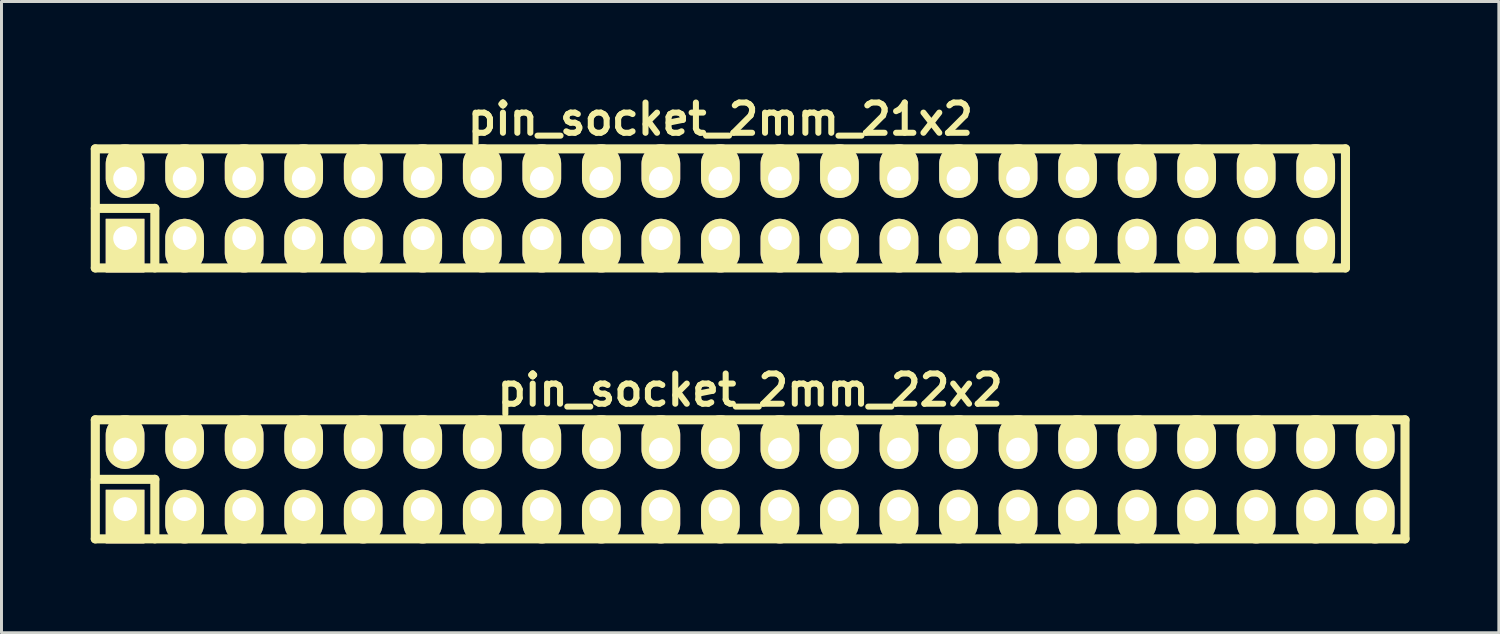
<source format=kicad_pcb>
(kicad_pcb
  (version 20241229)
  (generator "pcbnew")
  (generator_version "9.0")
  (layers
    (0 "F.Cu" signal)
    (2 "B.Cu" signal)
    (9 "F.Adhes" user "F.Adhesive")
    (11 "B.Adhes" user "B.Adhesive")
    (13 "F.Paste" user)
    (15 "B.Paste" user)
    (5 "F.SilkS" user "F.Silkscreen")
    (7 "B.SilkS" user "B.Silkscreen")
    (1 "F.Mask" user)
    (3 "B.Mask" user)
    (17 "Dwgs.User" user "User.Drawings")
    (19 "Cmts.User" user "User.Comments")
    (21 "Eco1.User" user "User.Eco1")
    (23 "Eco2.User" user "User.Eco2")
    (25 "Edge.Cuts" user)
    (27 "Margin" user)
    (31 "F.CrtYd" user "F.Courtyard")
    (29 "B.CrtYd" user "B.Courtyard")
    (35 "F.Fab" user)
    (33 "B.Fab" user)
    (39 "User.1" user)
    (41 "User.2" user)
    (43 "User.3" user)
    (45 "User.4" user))
  (footprint "pin_socket_2mm_22x2"
    (layer "F.Cu")
    (at 22.152 13.054)
    (property "Reference" "pin_socket_2mm_22x2" (at 0 -3 0) (layer "F.SilkS") (effects (font (size 1.016 1.016) (thickness 0.203))))
    (attr through_hole)
    (fp_line (start -22 -2) (end 22 -2) (stroke (width 0.305) (type solid)) (layer "F.SilkS"))
    (fp_line (start -22 0) (end -20 0) (stroke (width 0.305) (type solid)) (layer "F.SilkS"))
    (fp_line (start -22 2) (end -22 -2) (stroke (width 0.305) (type solid)) (layer "F.SilkS"))
    (fp_line (start -20 0) (end -20 2) (stroke (width 0.305) (type solid)) (layer "F.SilkS"))
    (fp_line (start 22 -2) (end 22 2) (stroke (width 0.305) (type solid)) (layer "F.SilkS"))
    (fp_line (start 22 2) (end -22 2) (stroke (width 0.305) (type solid)) (layer "F.SilkS"))
    (pad "1" thru_hole rect (at -21 1) (size 1.3 1.8) (drill 0.8 (offset 0 0.25)) (layers "*.Cu" "*.Mask" "F.SilkS"))
    (pad "2" thru_hole oval (at -21 -1) (size 1.3 1.8) (drill 0.8 (offset 0 -0.25)) (layers "*.Cu" "*.Mask" "F.SilkS"))
    (pad "3" thru_hole oval (at -19 1) (size 1.3 1.8) (drill 0.8 (offset 0 0.25)) (layers "*.Cu" "*.Mask" "F.SilkS"))
    (pad "4" thru_hole oval (at -19 -1) (size 1.3 1.8) (drill 0.8 (offset 0 -0.25)) (layers "*.Cu" "*.Mask" "F.SilkS"))
    (pad "5" thru_hole oval (at -17 1) (size 1.3 1.8) (drill 0.8 (offset 0 0.25)) (layers "*.Cu" "*.Mask" "F.SilkS"))
    (pad "6" thru_hole oval (at -17 -1) (size 1.3 1.8) (drill 0.8 (offset 0 -0.25)) (layers "*.Cu" "*.Mask" "F.SilkS"))
    (pad "7" thru_hole oval (at -15 1) (size 1.3 1.8) (drill 0.8 (offset 0 0.25)) (layers "*.Cu" "*.Mask" "F.SilkS"))
    (pad "8" thru_hole oval (at -15 -1) (size 1.3 1.8) (drill 0.8 (offset 0 -0.25)) (layers "*.Cu" "*.Mask" "F.SilkS"))
    (pad "9" thru_hole oval (at -13 1) (size 1.3 1.8) (drill 0.8 (offset 0 0.25)) (layers "*.Cu" "*.Mask" "F.SilkS"))
    (pad "10" thru_hole oval (at -13 -1) (size 1.3 1.8) (drill 0.8 (offset 0 -0.25)) (layers "*.Cu" "*.Mask" "F.SilkS"))
    (pad "11" thru_hole oval (at -11 1) (size 1.3 1.8) (drill 0.8 (offset 0 0.25)) (layers "*.Cu" "*.Mask" "F.SilkS"))
    (pad "12" thru_hole oval (at -11 -1) (size 1.3 1.8) (drill 0.8 (offset 0 -0.25)) (layers "*.Cu" "*.Mask" "F.SilkS"))
    (pad "13" thru_hole oval (at -9 1) (size 1.3 1.8) (drill 0.8 (offset 0 0.25)) (layers "*.Cu" "*.Mask" "F.SilkS"))
    (pad "14" thru_hole oval (at -9 -1) (size 1.3 1.8) (drill 0.8 (offset 0 -0.25)) (layers "*.Cu" "*.Mask" "F.SilkS"))
    (pad "15" thru_hole oval (at -7 1) (size 1.3 1.8) (drill 0.8 (offset 0 0.25)) (layers "*.Cu" "*.Mask" "F.SilkS"))
    (pad "16" thru_hole oval (at -7 -1) (size 1.3 1.8) (drill 0.8 (offset 0 -0.25)) (layers "*.Cu" "*.Mask" "F.SilkS"))
    (pad "17" thru_hole oval (at -5 1) (size 1.3 1.8) (drill 0.8 (offset 0 0.25)) (layers "*.Cu" "*.Mask" "F.SilkS"))
    (pad "18" thru_hole oval (at -5 -1) (size 1.3 1.8) (drill 0.8 (offset 0 -0.25)) (layers "*.Cu" "*.Mask" "F.SilkS"))
    (pad "19" thru_hole oval (at -3 1) (size 1.3 1.8) (drill 0.8 (offset 0 0.25)) (layers "*.Cu" "*.Mask" "F.SilkS"))
    (pad "20" thru_hole oval (at -3 -1) (size 1.3 1.8) (drill 0.8 (offset 0 -0.25)) (layers "*.Cu" "*.Mask" "F.SilkS"))
    (pad "21" thru_hole oval (at -1 1) (size 1.3 1.8) (drill 0.8 (offset 0 0.25)) (layers "*.Cu" "*.Mask" "F.SilkS"))
    (pad "22" thru_hole oval (at -1 -1) (size 1.3 1.8) (drill 0.8 (offset 0 -0.25)) (layers "*.Cu" "*.Mask" "F.SilkS"))
    (pad "23" thru_hole oval (at 1 1) (size 1.3 1.8) (drill 0.8 (offset 0 0.25)) (layers "*.Cu" "*.Mask" "F.SilkS"))
    (pad "24" thru_hole oval (at 1 -1) (size 1.3 1.8) (drill 0.8 (offset 0 -0.25)) (layers "*.Cu" "*.Mask" "F.SilkS"))
    (pad "25" thru_hole oval (at 3 1) (size 1.3 1.8) (drill 0.8 (offset 0 0.25)) (layers "*.Cu" "*.Mask" "F.SilkS"))
    (pad "26" thru_hole oval (at 3 -1) (size 1.3 1.8) (drill 0.8 (offset 0 -0.25)) (layers "*.Cu" "*.Mask" "F.SilkS"))
    (pad "27" thru_hole oval (at 5 1) (size 1.3 1.8) (drill 0.8 (offset 0 0.25)) (layers "*.Cu" "*.Mask" "F.SilkS"))
    (pad "28" thru_hole oval (at 5 -1) (size 1.3 1.8) (drill 0.8 (offset 0 -0.25)) (layers "*.Cu" "*.Mask" "F.SilkS"))
    (pad "29" thru_hole oval (at 7 1) (size 1.3 1.8) (drill 0.8 (offset 0 0.25)) (layers "*.Cu" "*.Mask" "F.SilkS"))
    (pad "30" thru_hole oval (at 7 -1) (size 1.3 1.8) (drill 0.8 (offset 0 -0.25)) (layers "*.Cu" "*.Mask" "F.SilkS"))
    (pad "31" thru_hole oval (at 9 1) (size 1.3 1.8) (drill 0.8 (offset 0 0.25)) (layers "*.Cu" "*.Mask" "F.SilkS"))
    (pad "32" thru_hole oval (at 9 -1) (size 1.3 1.8) (drill 0.8 (offset 0 -0.25)) (layers "*.Cu" "*.Mask" "F.SilkS"))
    (pad "33" thru_hole oval (at 11 1) (size 1.3 1.8) (drill 0.8 (offset 0 0.25)) (layers "*.Cu" "*.Mask" "F.SilkS"))
    (pad "34" thru_hole oval (at 11 -1) (size 1.3 1.8) (drill 0.8 (offset 0 -0.25)) (layers "*.Cu" "*.Mask" "F.SilkS"))
    (pad "35" thru_hole oval (at 13 1) (size 1.3 1.8) (drill 0.8 (offset 0 0.25)) (layers "*.Cu" "*.Mask" "F.SilkS"))
    (pad "36" thru_hole oval (at 13 -1) (size 1.3 1.8) (drill 0.8 (offset 0 -0.25)) (layers "*.Cu" "*.Mask" "F.SilkS"))
    (pad "37" thru_hole oval (at 15 1) (size 1.3 1.8) (drill 0.8 (offset 0 0.25)) (layers "*.Cu" "*.Mask" "F.SilkS"))
    (pad "38" thru_hole oval (at 15 -1) (size 1.3 1.8) (drill 0.8 (offset 0 -0.25)) (layers "*.Cu" "*.Mask" "F.SilkS"))
    (pad "39" thru_hole oval (at 17 1) (size 1.3 1.8) (drill 0.8 (offset 0 0.25)) (layers "*.Cu" "*.Mask" "F.SilkS"))
    (pad "40" thru_hole oval (at 17 -1) (size 1.3 1.8) (drill 0.8 (offset 0 -0.25)) (layers "*.Cu" "*.Mask" "F.SilkS"))
    (pad "41" thru_hole oval (at 19 1) (size 1.3 1.8) (drill 0.8 (offset 0 0.25)) (layers "*.Cu" "*.Mask" "F.SilkS"))
    (pad "42" thru_hole oval (at 19 -1) (size 1.3 1.8) (drill 0.8 (offset 0 -0.25)) (layers "*.Cu" "*.Mask" "F.SilkS"))
    (pad "43" thru_hole oval (at 21 1) (size 1.3 1.8) (drill 0.8 (offset 0 0.25)) (layers "*.Cu" "*.Mask" "F.SilkS"))
    (pad "44" thru_hole oval (at 21 -1) (size 1.3 1.8) (drill 0.8 (offset 0 -0.25)) (layers "*.Cu" "*.Mask" "F.SilkS")))
  (footprint "pin_socket_2mm_21x2"
    (layer "F.Cu")
    (at 21.152 3.951)
    (property "Reference" "pin_socket_2mm_21x2" (at 0 -3 0) (layer "F.SilkS") (effects (font (size 1.016 1.016) (thickness 0.203))))
    (attr through_hole)
    (fp_line (start -21 -2) (end 21 -2) (stroke (width 0.305) (type solid)) (layer "F.SilkS"))
    (fp_line (start -21 0) (end -19 0) (stroke (width 0.305) (type solid)) (layer "F.SilkS"))
    (fp_line (start -21 2) (end -21 -2) (stroke (width 0.305) (type solid)) (layer "F.SilkS"))
    (fp_line (start -19 0) (end -19 2) (stroke (width 0.305) (type solid)) (layer "F.SilkS"))
    (fp_line (start 21 -2) (end 21 2) (stroke (width 0.305) (type solid)) (layer "F.SilkS"))
    (fp_line (start 21 2) (end -21 2) (stroke (width 0.305) (type solid)) (layer "F.SilkS"))
    (pad "1" thru_hole rect (at -20 1) (size 1.3 1.8) (drill 0.8 (offset 0 0.25)) (layers "*.Cu" "*.Mask" "F.SilkS"))
    (pad "2" thru_hole oval (at -20 -1) (size 1.3 1.8) (drill 0.8 (offset 0 -0.25)) (layers "*.Cu" "*.Mask" "F.SilkS"))
    (pad "3" thru_hole oval (at -18 1) (size 1.3 1.8) (drill 0.8 (offset 0 0.25)) (layers "*.Cu" "*.Mask" "F.SilkS"))
    (pad "4" thru_hole oval (at -18 -1) (size 1.3 1.8) (drill 0.8 (offset 0 -0.25)) (layers "*.Cu" "*.Mask" "F.SilkS"))
    (pad "5" thru_hole oval (at -16 1) (size 1.3 1.8) (drill 0.8 (offset 0 0.25)) (layers "*.Cu" "*.Mask" "F.SilkS"))
    (pad "6" thru_hole oval (at -16 -1) (size 1.3 1.8) (drill 0.8 (offset 0 -0.25)) (layers "*.Cu" "*.Mask" "F.SilkS"))
    (pad "7" thru_hole oval (at -14 1) (size 1.3 1.8) (drill 0.8 (offset 0 0.25)) (layers "*.Cu" "*.Mask" "F.SilkS"))
    (pad "8" thru_hole oval (at -14 -1) (size 1.3 1.8) (drill 0.8 (offset 0 -0.25)) (layers "*.Cu" "*.Mask" "F.SilkS"))
    (pad "9" thru_hole oval (at -12 1) (size 1.3 1.8) (drill 0.8 (offset 0 0.25)) (layers "*.Cu" "*.Mask" "F.SilkS"))
    (pad "10" thru_hole oval (at -12 -1) (size 1.3 1.8) (drill 0.8 (offset 0 -0.25)) (layers "*.Cu" "*.Mask" "F.SilkS"))
    (pad "11" thru_hole oval (at -10 1) (size 1.3 1.8) (drill 0.8 (offset 0 0.25)) (layers "*.Cu" "*.Mask" "F.SilkS"))
    (pad "12" thru_hole oval (at -10 -1) (size 1.3 1.8) (drill 0.8 (offset 0 -0.25)) (layers "*.Cu" "*.Mask" "F.SilkS"))
    (pad "13" thru_hole oval (at -8 1) (size 1.3 1.8) (drill 0.8 (offset 0 0.25)) (layers "*.Cu" "*.Mask" "F.SilkS"))
    (pad "14" thru_hole oval (at -8 -1) (size 1.3 1.8) (drill 0.8 (offset 0 -0.25)) (layers "*.Cu" "*.Mask" "F.SilkS"))
    (pad "15" thru_hole oval (at -6 1) (size 1.3 1.8) (drill 0.8 (offset 0 0.25)) (layers "*.Cu" "*.Mask" "F.SilkS"))
    (pad "16" thru_hole oval (at -6 -1) (size 1.3 1.8) (drill 0.8 (offset 0 -0.25)) (layers "*.Cu" "*.Mask" "F.SilkS"))
    (pad "17" thru_hole oval (at -4 1) (size 1.3 1.8) (drill 0.8 (offset 0 0.25)) (layers "*.Cu" "*.Mask" "F.SilkS"))
    (pad "18" thru_hole oval (at -4 -1) (size 1.3 1.8) (drill 0.8 (offset 0 -0.25)) (layers "*.Cu" "*.Mask" "F.SilkS"))
    (pad "19" thru_hole oval (at -2 1) (size 1.3 1.8) (drill 0.8 (offset 0 0.25)) (layers "*.Cu" "*.Mask" "F.SilkS"))
    (pad "20" thru_hole oval (at -2 -1) (size 1.3 1.8) (drill 0.8 (offset 0 -0.25)) (layers "*.Cu" "*.Mask" "F.SilkS"))
    (pad "21" thru_hole oval (at 0 1) (size 1.3 1.8) (drill 0.8 (offset 0 0.25)) (layers "*.Cu" "*.Mask" "F.SilkS"))
    (pad "22" thru_hole oval (at 0 -1) (size 1.3 1.8) (drill 0.8 (offset 0 -0.25)) (layers "*.Cu" "*.Mask" "F.SilkS"))
    (pad "23" thru_hole oval (at 2 1) (size 1.3 1.8) (drill 0.8 (offset 0 0.25)) (layers "*.Cu" "*.Mask" "F.SilkS"))
    (pad "24" thru_hole oval (at 2 -1) (size 1.3 1.8) (drill 0.8 (offset 0 -0.25)) (layers "*.Cu" "*.Mask" "F.SilkS"))
    (pad "25" thru_hole oval (at 4 1) (size 1.3 1.8) (drill 0.8 (offset 0 0.25)) (layers "*.Cu" "*.Mask" "F.SilkS"))
    (pad "26" thru_hole oval (at 4 -1) (size 1.3 1.8) (drill 0.8 (offset 0 -0.25)) (layers "*.Cu" "*.Mask" "F.SilkS"))
    (pad "27" thru_hole oval (at 6 1) (size 1.3 1.8) (drill 0.8 (offset 0 0.25)) (layers "*.Cu" "*.Mask" "F.SilkS"))
    (pad "28" thru_hole oval (at 6 -1) (size 1.3 1.8) (drill 0.8 (offset 0 -0.25)) (layers "*.Cu" "*.Mask" "F.SilkS"))
    (pad "29" thru_hole oval (at 8 1) (size 1.3 1.8) (drill 0.8 (offset 0 0.25)) (layers "*.Cu" "*.Mask" "F.SilkS"))
    (pad "30" thru_hole oval (at 8 -1) (size 1.3 1.8) (drill 0.8 (offset 0 -0.25)) (layers "*.Cu" "*.Mask" "F.SilkS"))
    (pad "31" thru_hole oval (at 10 1) (size 1.3 1.8) (drill 0.8 (offset 0 0.25)) (layers "*.Cu" "*.Mask" "F.SilkS"))
    (pad "32" thru_hole oval (at 10 -1) (size 1.3 1.8) (drill 0.8 (offset 0 -0.25)) (layers "*.Cu" "*.Mask" "F.SilkS"))
    (pad "33" thru_hole oval (at 12 1) (size 1.3 1.8) (drill 0.8 (offset 0 0.25)) (layers "*.Cu" "*.Mask" "F.SilkS"))
    (pad "34" thru_hole oval (at 12 -1) (size 1.3 1.8) (drill 0.8 (offset 0 -0.25)) (layers "*.Cu" "*.Mask" "F.SilkS"))
    (pad "35" thru_hole oval (at 14 1) (size 1.3 1.8) (drill 0.8 (offset 0 0.25)) (layers "*.Cu" "*.Mask" "F.SilkS"))
    (pad "36" thru_hole oval (at 14 -1) (size 1.3 1.8) (drill 0.8 (offset 0 -0.25)) (layers "*.Cu" "*.Mask" "F.SilkS"))
    (pad "37" thru_hole oval (at 16 1) (size 1.3 1.8) (drill 0.8 (offset 0 0.25)) (layers "*.Cu" "*.Mask" "F.SilkS"))
    (pad "38" thru_hole oval (at 16 -1) (size 1.3 1.8) (drill 0.8 (offset 0 -0.25)) (layers "*.Cu" "*.Mask" "F.SilkS"))
    (pad "39" thru_hole oval (at 18 1) (size 1.3 1.8) (drill 0.8 (offset 0 0.25)) (layers "*.Cu" "*.Mask" "F.SilkS"))
    (pad "40" thru_hole oval (at 18 -1) (size 1.3 1.8) (drill 0.8 (offset 0 -0.25)) (layers "*.Cu" "*.Mask" "F.SilkS"))
    (pad "41" thru_hole oval (at 20 1) (size 1.3 1.8) (drill 0.8 (offset 0 0.25)) (layers "*.Cu" "*.Mask" "F.SilkS"))
    (pad "42" thru_hole oval (at 20 -1) (size 1.3 1.8) (drill 0.8 (offset 0 -0.25)) (layers "*.Cu" "*.Mask" "F.SilkS")))
  (gr_rect
    (start -3 -3)
    (end 47.305 18.207)
    (stroke (width 0.1) (type default))
    (fill no)
    (layer "Edge.Cuts")))
</source>
